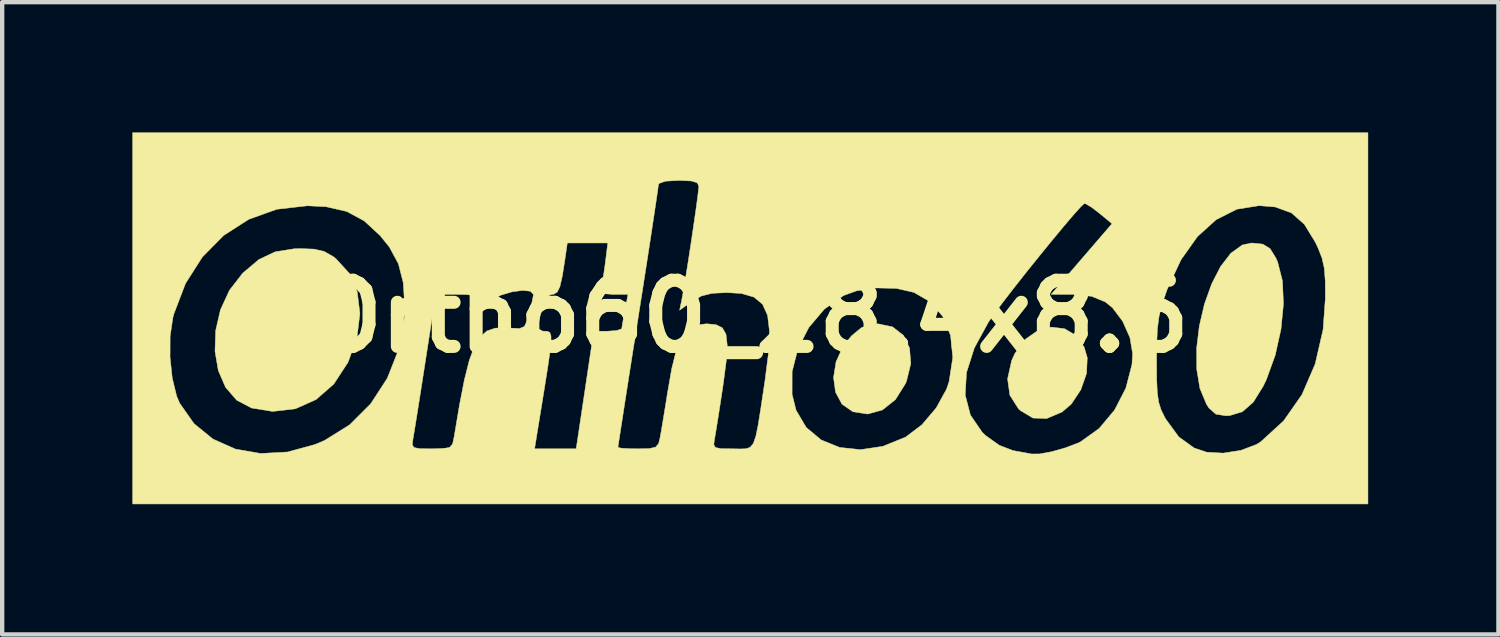
<source format=kicad_pcb>
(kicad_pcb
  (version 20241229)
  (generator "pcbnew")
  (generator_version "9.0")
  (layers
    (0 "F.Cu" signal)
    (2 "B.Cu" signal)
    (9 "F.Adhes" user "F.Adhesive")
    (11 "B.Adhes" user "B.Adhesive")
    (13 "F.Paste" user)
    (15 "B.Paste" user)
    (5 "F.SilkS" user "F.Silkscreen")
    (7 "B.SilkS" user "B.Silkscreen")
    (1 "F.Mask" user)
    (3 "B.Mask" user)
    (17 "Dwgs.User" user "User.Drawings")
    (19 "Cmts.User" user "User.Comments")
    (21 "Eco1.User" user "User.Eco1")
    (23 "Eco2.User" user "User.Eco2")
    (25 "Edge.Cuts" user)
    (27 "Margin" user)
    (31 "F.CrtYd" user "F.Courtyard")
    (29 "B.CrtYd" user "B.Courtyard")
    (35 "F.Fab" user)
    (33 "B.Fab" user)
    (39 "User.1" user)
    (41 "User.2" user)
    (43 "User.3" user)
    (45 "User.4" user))
  (footprint "Ortho60_28.4x8.6"
    (layer "F.Cu")
    (at 14.229 4.238)
    (property "Reference" "Ortho60_28.4x8.6" (at 0 0 0) (layer "F.SilkS") (effects (font (size 1.524 1.524) (thickness 0.3))))
    (attr through_hole)
    (fp_poly (pts (xy 3.277 0.24) (xy 3.524 0.434) (xy 3.667 0.725) (xy 3.696 1.086) (xy 3.597 1.491) (xy 3.573 1.547) (xy 3.342 1.915) (xy 3.042 2.153) (xy 2.701 2.247) (xy 2.362 2.194) (xy 2.111 2.019) (xy 1.963 1.744) (xy 1.917 1.407) (xy 1.975 1.043) (xy 2.137 0.688) (xy 2.329 0.448) (xy 2.557 0.259) (xy 2.781 0.179) (xy 2.94 0.169) (xy 3.277 0.24)) (stroke (width 0.01) (type solid)) (fill yes) (layer "F.SilkS"))
    (fp_poly (pts (xy 7.236 0.282) (xy 7.499 0.436) (xy 7.689 0.706) (xy 7.76 0.95) (xy 7.744 1.31) (xy 7.612 1.687) (xy 7.393 2.017) (xy 7.181 2.199) (xy 6.825 2.35) (xy 6.509 2.339) (xy 6.218 2.165) (xy 6.174 2.123) (xy 5.977 1.813) (xy 5.925 1.437) (xy 6.018 1.019) (xy 6.091 0.856) (xy 6.327 0.53) (xy 6.618 0.327) (xy 6.931 0.245) (xy 7.236 0.282)) (stroke (width 0.01) (type solid)) (fill yes) (layer "F.SilkS"))
    (fp_poly (pts (xy 11.801 -1.666) (xy 11.97 -1.563) (xy 12.104 -1.346) (xy 12.146 -1.249) (xy 12.255 -0.818) (xy 12.278 -0.288) (xy 12.221 0.296) (xy 12.089 0.891) (xy 11.886 1.451) (xy 11.813 1.604) (xy 11.584 1.973) (xy 11.335 2.192) (xy 11.042 2.282) (xy 10.944 2.286) (xy 10.721 2.249) (xy 10.563 2.109) (xy 10.506 2.023) (xy 10.354 1.657) (xy 10.281 1.215) (xy 10.279 0.726) (xy 10.341 0.217) (xy 10.458 -0.284) (xy 10.624 -0.748) (xy 10.829 -1.149) (xy 11.067 -1.457) (xy 11.33 -1.646) (xy 11.542 -1.692) (xy 11.801 -1.666)) (stroke (width 0.01) (type solid)) (fill yes) (layer "F.SilkS"))
    (fp_poly (pts (xy -10.043 -1.551) (xy -9.816 -1.498) (xy -9.613 -1.384) (xy -9.547 -1.335) (xy -9.239 -0.998) (xy -9.052 -0.567) (xy -8.991 -0.067) (xy -9.057 0.475) (xy -9.255 1.033) (xy -9.271 1.066) (xy -9.592 1.557) (xy -10 1.913) (xy -10.476 2.126) (xy -11.001 2.187) (xy -11.486 2.108) (xy -11.829 1.928) (xy -12.085 1.631) (xy -12.252 1.245) (xy -12.328 0.8) (xy -12.312 0.324) (xy -12.202 -0.154) (xy -11.995 -0.603) (xy -11.69 -0.997) (xy -11.689 -0.998) (xy -11.318 -1.311) (xy -10.943 -1.489) (xy -10.502 -1.559) (xy -10.365 -1.563) (xy -10.043 -1.551)) (stroke (width 0.01) (type solid)) (fill yes) (layer "F.SilkS"))
    (fp_poly (pts (xy 14.224 4.318) (xy -14.224 4.318) (xy -14.224 0.938) (xy -13.363 0.938) (xy -13.312 1.419) (xy -13.211 1.833) (xy -13.143 1.995) (xy -12.811 2.468) (xy -12.375 2.823) (xy -11.856 3.054) (xy -11.276 3.155) (xy -10.657 3.121) (xy -10.022 2.948) (xy -7.784 2.948) (xy -7.747 3.017) (xy -7.619 3.044) (xy -7.361 3.048) (xy -7.338 3.048) (xy -4.968 3.048) (xy -4.01 3.048) (xy -4.005 3.014) (xy -3.048 3.014) (xy -2.971 3.033) (xy -2.774 3.045) (xy -2.589 3.048) (xy -2.323 3.042) (xy -2.179 3.008) (xy -2.112 2.927) (xy -2.083 2.815) (xy -2.049 2.631) (xy -1.999 2.329) (xy -1.939 1.963) (xy -1.908 1.766) (xy -1.808 1.195) (xy -1.703 0.773) (xy -1.583 0.48) (xy -1.435 0.295) (xy -1.248 0.198) (xy -1.01 0.169) (xy -1.001 0.169) (xy -0.789 0.189) (xy -0.644 0.261) (xy -0.56 0.409) (xy -0.532 0.655) (xy -0.553 1.019) (xy -0.619 1.523) (xy -0.628 1.588) (xy -0.691 2.003) (xy -0.749 2.376) (xy -0.796 2.665) (xy -0.822 2.815) (xy -0.841 2.948) (xy -0.805 3.017) (xy -0.676 3.044) (xy -0.417 3.048) (xy -0.398 3.048) (xy -0.224 3.051) (xy -0.095 3.046) (xy -0.001 3.011) (xy 0.07 2.923) (xy 0.127 2.761) (xy 0.18 2.503) (xy 0.24 2.127) (xy 0.29 1.793) (xy 0.962 1.793) (xy 1.054 2.16) (xy 1.288 2.556) (xy 1.632 2.843) (xy 2.058 3.016) (xy 2.54 3.067) (xy 3.054 2.99) (xy 3.572 2.78) (xy 3.584 2.773) (xy 3.953 2.493) (xy 4.281 2.106) (xy 4.445 1.809) (xy 4.949 1.809) (xy 5.069 2.27) (xy 5.339 2.665) (xy 5.418 2.741) (xy 5.735 2.967) (xy 6.052 3.089) (xy 6.07 3.092) (xy 6.3 3.133) (xy 6.458 3.163) (xy 6.476 3.167) (xy 6.661 3.166) (xy 6.942 3.114) (xy 7.256 3.025) (xy 7.543 2.916) (xy 7.608 2.885) (xy 8.034 2.579) (xy 8.39 2.153) (xy 8.649 1.649) (xy 8.789 1.109) (xy 8.795 1.016) (xy 9.356 1.016) (xy 9.359 1.45) (xy 9.373 1.756) (xy 9.405 1.977) (xy 9.461 2.154) (xy 9.548 2.329) (xy 9.567 2.363) (xy 9.867 2.772) (xy 10.222 3.029) (xy 10.509 3.125) (xy 10.889 3.147) (xy 11.299 3.083) (xy 11.657 2.948) (xy 11.754 2.887) (xy 12.283 2.403) (xy 12.704 1.8) (xy 13.009 1.093) (xy 13.191 0.3) (xy 13.243 -0.423) (xy 13.24 -0.825) (xy 13.218 -1.113) (xy 13.166 -1.345) (xy 13.075 -1.577) (xy 13.012 -1.71) (xy 12.759 -2.123) (xy 12.461 -2.386) (xy 12.086 -2.522) (xy 11.718 -2.552) (xy 11.205 -2.47) (xy 10.728 -2.229) (xy 10.297 -1.839) (xy 9.92 -1.308) (xy 9.609 -0.645) (xy 9.589 -0.593) (xy 9.483 -0.283) (xy 9.415 -0.012) (xy 9.376 0.275) (xy 9.359 0.633) (xy 9.356 1.016) (xy 8.795 1.016) (xy 8.805 0.858) (xy 8.742 0.486) (xy 8.575 0.111) (xy 8.34 -0.202) (xy 8.175 -0.335) (xy 7.863 -0.464) (xy 7.452 -0.508) (xy 7.412 -0.508) (xy 6.928 -0.508) (xy 7.629 -1.323) (xy 8.33 -2.137) (xy 8.038 -2.378) (xy 7.852 -2.52) (xy 7.72 -2.596) (xy 7.692 -2.601) (xy 7.611 -2.527) (xy 7.446 -2.343) (xy 7.217 -2.074) (xy 6.943 -1.744) (xy 6.645 -1.378) (xy 6.341 -1) (xy 6.053 -0.634) (xy 5.799 -0.304) (xy 5.599 -0.035) (xy 5.488 0.123) (xy 5.159 0.726) (xy 4.979 1.291) (xy 4.949 1.809) (xy 4.445 1.809) (xy 4.518 1.677) (xy 4.578 1.5) (xy 4.663 0.944) (xy 4.612 0.437) (xy 4.434 0.001) (xy 4.139 -0.34) (xy 3.769 -0.554) (xy 3.362 -0.647) (xy 2.895 -0.657) (xy 2.445 -0.59) (xy 2.146 -0.481) (xy 1.703 -0.167) (xy 1.348 0.253) (xy 1.097 0.743) (xy 0.963 1.268) (xy 0.962 1.793) (xy 0.29 1.793) (xy 0.318 1.61) (xy 0.337 1.483) (xy 0.419 0.841) (xy 0.442 0.343) (xy 0.398 -0.026) (xy 0.281 -0.283) (xy 0.084 -0.446) (xy -0.201 -0.529) (xy -0.538 -0.55) (xy -0.882 -0.533) (xy -1.128 -0.471) (xy -1.343 -0.347) (xy -1.628 -0.144) (xy -1.577 -0.39) (xy -1.539 -0.596) (xy -1.487 -0.912) (xy -1.425 -1.298) (xy -1.361 -1.718) (xy -1.3 -2.133) (xy -1.246 -2.506) (xy -1.207 -2.799) (xy -1.187 -2.975) (xy -1.185 -3) (xy -1.222 -3.079) (xy -1.356 -3.12) (xy -1.622 -3.133) (xy -1.651 -3.133) (xy -1.956 -3.115) (xy -2.102 -3.063) (xy -2.117 -3.027) (xy -2.13 -2.921) (xy -2.167 -2.668) (xy -2.224 -2.287) (xy -2.298 -1.798) (xy -2.387 -1.221) (xy -2.488 -0.575) (xy -2.583 0.03) (xy -2.691 0.715) (xy -2.79 1.346) (xy -2.877 1.903) (xy -2.949 2.368) (xy -3.004 2.721) (xy -3.038 2.942) (xy -3.048 3.014) (xy -4.005 3.014) (xy -3.807 1.693) (xy -3.605 0.339) (xy -3.284 0.339) (xy -3.078 0.324) (xy -2.966 0.287) (xy -2.96 0.275) (xy -2.942 0.159) (xy -2.904 -0.056) (xy -2.886 -0.148) (xy -2.817 -0.508) (xy -3.153 -0.508) (xy -3.374 -0.524) (xy -3.452 -0.58) (xy -3.446 -0.622) (xy -3.412 -0.765) (xy -3.37 -1.013) (xy -3.342 -1.214) (xy -3.282 -1.693) (xy -4.214 -1.693) (xy -4.272 -1.291) (xy -4.331 -0.92) (xy -4.385 -0.686) (xy -4.447 -0.561) (xy -4.528 -0.513) (xy -4.58 -0.508) (xy -4.726 -0.432) (xy -4.782 -0.296) (xy -4.837 -0.034) (xy -4.87 0.127) (xy -4.877 0.286) (xy -4.784 0.337) (xy -4.743 0.339) (xy -4.667 0.343) (xy -4.616 0.371) (xy -4.59 0.446) (xy -4.589 0.591) (xy -4.615 0.827) (xy -4.666 1.179) (xy -4.744 1.668) (xy -4.772 1.841) (xy -4.968 3.048) (xy -7.338 3.048) (xy -7.069 3.043) (xy -6.923 3.014) (xy -6.856 2.935) (xy -6.823 2.782) (xy -6.821 2.773) (xy -6.698 2.041) (xy -6.585 1.461) (xy -6.473 1.016) (xy -6.355 0.691) (xy -6.222 0.469) (xy -6.065 0.334) (xy -5.875 0.269) (xy -5.646 0.258) (xy -5.524 0.267) (xy -5.315 0.278) (xy -5.203 0.231) (xy -5.134 0.086) (xy -5.092 -0.064) (xy -5.033 -0.303) (xy -4.999 -0.475) (xy -4.995 -0.509) (xy -5.066 -0.582) (xy -5.246 -0.6) (xy -5.488 -0.567) (xy -5.743 -0.491) (xy -5.961 -0.381) (xy -6.192 -0.232) (xy -6.312 -0.181) (xy -6.346 -0.228) (xy -6.325 -0.339) (xy -6.316 -0.434) (xy -6.375 -0.485) (xy -6.54 -0.505) (xy -6.763 -0.508) (xy -7.244 -0.508) (xy -7.484 1.037) (xy -7.563 1.545) (xy -7.636 2.009) (xy -7.698 2.398) (xy -7.744 2.679) (xy -7.767 2.815) (xy -7.784 2.948) (xy -10.022 2.948) (xy -10.019 2.947) (xy -9.804 2.855) (xy -9.228 2.496) (xy -8.742 2.011) (xy -8.36 1.423) (xy -8.098 0.759) (xy -7.969 0.042) (xy -7.959 -0.232) (xy -7.992 -0.776) (xy -8.104 -1.214) (xy -8.312 -1.598) (xy -8.524 -1.862) (xy -8.893 -2.202) (xy -9.293 -2.418) (xy -9.769 -2.527) (xy -10.2 -2.549) (xy -10.903 -2.469) (xy -11.55 -2.237) (xy -12.127 -1.867) (xy -12.617 -1.371) (xy -13.006 -0.762) (xy -13.277 -0.053) (xy -13.298 0.03) (xy -13.361 0.453) (xy -13.363 0.938) (xy -14.224 0.938) (xy -14.224 -4.233) (xy 14.224 -4.233) (xy 14.224 4.318)) (stroke (width 0.01) (type solid)) (fill yes) (layer "F.SilkS")))
  (gr_rect
    (start -3 -3)
    (end 31.458 11.561)
    (stroke (width 0.1) (type default))
    (fill no)
    (layer "Edge.Cuts")))
</source>
